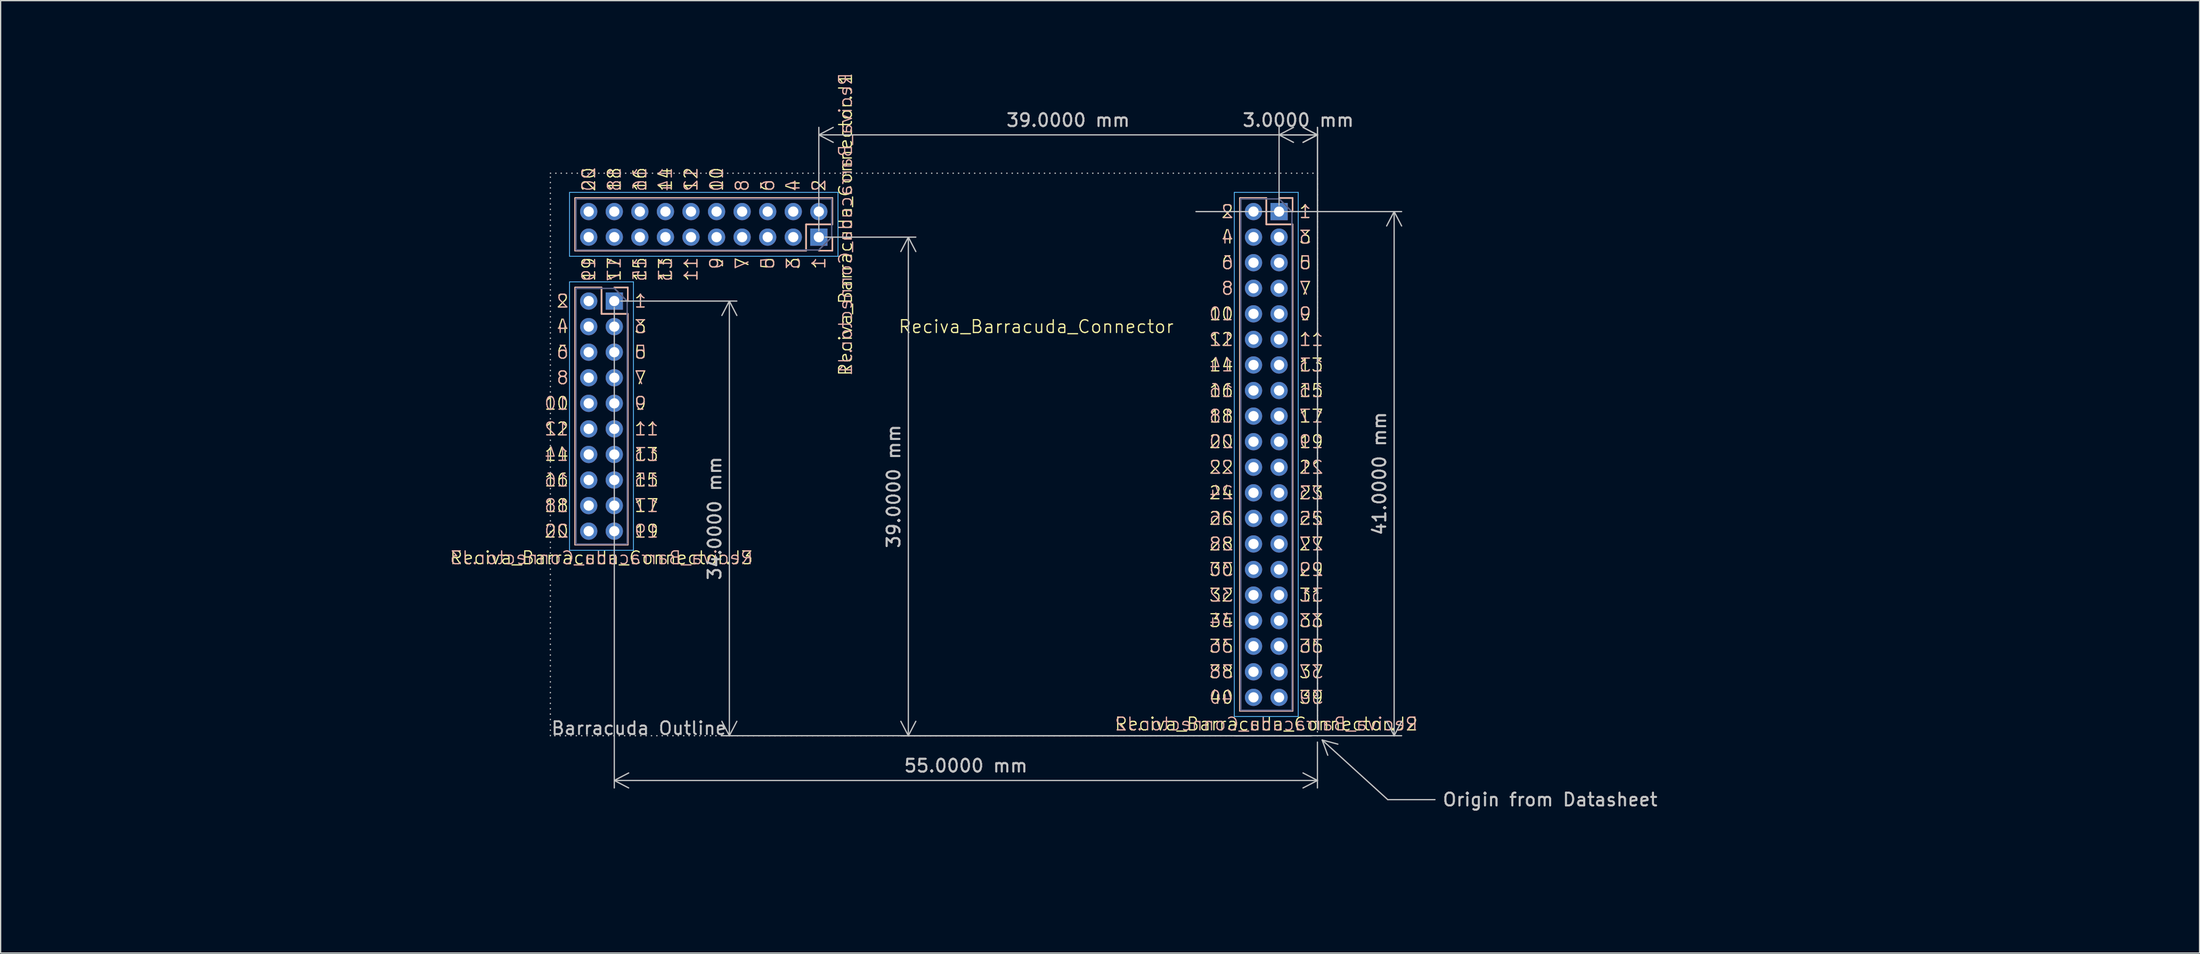
<source format=kicad_pcb>
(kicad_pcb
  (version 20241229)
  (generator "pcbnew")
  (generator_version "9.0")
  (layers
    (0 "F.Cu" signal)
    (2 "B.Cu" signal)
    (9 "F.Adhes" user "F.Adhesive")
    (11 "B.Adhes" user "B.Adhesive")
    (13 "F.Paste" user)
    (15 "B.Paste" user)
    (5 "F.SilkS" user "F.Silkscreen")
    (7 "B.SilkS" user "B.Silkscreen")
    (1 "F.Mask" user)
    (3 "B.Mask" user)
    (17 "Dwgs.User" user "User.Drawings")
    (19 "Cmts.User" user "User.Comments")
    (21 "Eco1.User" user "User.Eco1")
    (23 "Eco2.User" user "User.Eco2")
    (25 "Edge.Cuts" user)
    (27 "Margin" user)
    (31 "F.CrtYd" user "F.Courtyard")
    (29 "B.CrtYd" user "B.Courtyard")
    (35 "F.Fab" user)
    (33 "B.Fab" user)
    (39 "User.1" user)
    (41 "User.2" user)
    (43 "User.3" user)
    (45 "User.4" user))
  (footprint "Reciva_Barracuda_Connector"
    (layer "F.Cu")
    (at 61 15.5)
    (property "Reference" "Reciva_Barracuda_Connector" (at 17 7 0) (unlocked yes) (layer "F.SilkS") (effects (font (size 1 1) (thickness 0.1))))
    (attr through_hole)
    (fp_line (start -19.06 1.06) (end -19.06 -3.06) (stroke (width 0.12) (type solid)) (layer "F.SilkS"))
    (fp_line (start -19.06 3.94) (end -19.06 24.06) (stroke (width 0.12) (type solid)) (layer "F.SilkS"))
    (fp_line (start -17 3.94) (end -19.06 3.94) (stroke (width 0.12) (type solid)) (layer "F.SilkS"))
    (fp_line (start -17 6) (end -17 3.94) (stroke (width 0.12) (type solid)) (layer "F.SilkS"))
    (fp_line (start -14.94 3.94) (end -16 3.94) (stroke (width 0.12) (type solid)) (layer "F.SilkS"))
    (fp_line (start -14.94 5) (end -14.94 3.94) (stroke (width 0.12) (type solid)) (layer "F.SilkS"))
    (fp_line (start -14.94 6) (end -17 6) (stroke (width 0.12) (type solid)) (layer "F.SilkS"))
    (fp_line (start -14.94 6) (end -14.94 24.06) (stroke (width 0.12) (type solid)) (layer "F.SilkS"))
    (fp_line (start -14.94 24.06) (end -19.06 24.06) (stroke (width 0.12) (type solid)) (layer "F.SilkS"))
    (fp_line (start -1 -1) (end 1.06 -1) (stroke (width 0.12) (type solid)) (layer "F.SilkS"))
    (fp_line (start -1 1.06) (end -19.06 1.06) (stroke (width 0.12) (type solid)) (layer "F.SilkS"))
    (fp_line (start -1 1.06) (end -1 -1) (stroke (width 0.12) (type solid)) (layer "F.SilkS"))
    (fp_line (start 0 1.06) (end 1.06 1.06) (stroke (width 0.12) (type solid)) (layer "F.SilkS"))
    (fp_line (start 1.06 -3.06) (end -19.06 -3.06) (stroke (width 0.12) (type solid)) (layer "F.SilkS"))
    (fp_line (start 1.06 -1) (end 1.06 -3.06) (stroke (width 0.12) (type solid)) (layer "F.SilkS"))
    (fp_line (start 1.06 1.06) (end 1.06 0) (stroke (width 0.12) (type solid)) (layer "F.SilkS"))
    (fp_line (start 32.94 -3.06) (end 32.94 37.06) (stroke (width 0.12) (type solid)) (layer "F.SilkS"))
    (fp_line (start 35 -3.06) (end 32.94 -3.06) (stroke (width 0.12) (type solid)) (layer "F.SilkS"))
    (fp_line (start 35 -1) (end 35 -3.06) (stroke (width 0.12) (type solid)) (layer "F.SilkS"))
    (fp_line (start 37.06 -3.06) (end 36 -3.06) (stroke (width 0.12) (type solid)) (layer "F.SilkS"))
    (fp_line (start 37.06 -2) (end 37.06 -3.06) (stroke (width 0.12) (type solid)) (layer "F.SilkS"))
    (fp_line (start 37.06 -1) (end 35 -1) (stroke (width 0.12) (type solid)) (layer "F.SilkS"))
    (fp_line (start 37.06 -1) (end 37.06 37.06) (stroke (width 0.12) (type solid)) (layer "F.SilkS"))
    (fp_line (start 37.06 37.06) (end 32.94 37.06) (stroke (width 0.12) (type solid)) (layer "F.SilkS"))
    (fp_line (start -19.06 -3.06) (end -19.06 1.06) (stroke (width 0.12) (type solid)) (layer "B.SilkS"))
    (fp_line (start -19.06 -3.06) (end 1.06 -3.06) (stroke (width 0.12) (type solid)) (layer "B.SilkS"))
    (fp_line (start -19.06 1.06) (end -1 1.06) (stroke (width 0.12) (type solid)) (layer "B.SilkS"))
    (fp_line (start -19.06 3.94) (end -17 3.94) (stroke (width 0.12) (type solid)) (layer "B.SilkS"))
    (fp_line (start -19.06 24.06) (end -19.06 3.94) (stroke (width 0.12) (type solid)) (layer "B.SilkS"))
    (fp_line (start -19.06 24.06) (end -14.94 24.06) (stroke (width 0.12) (type solid)) (layer "B.SilkS"))
    (fp_line (start -17 3.94) (end -17 6) (stroke (width 0.12) (type solid)) (layer "B.SilkS"))
    (fp_line (start -17 6) (end -14.94 6) (stroke (width 0.12) (type solid)) (layer "B.SilkS"))
    (fp_line (start -16 3.94) (end -14.94 3.94) (stroke (width 0.12) (type solid)) (layer "B.SilkS"))
    (fp_line (start -14.94 3.94) (end -14.94 5) (stroke (width 0.12) (type solid)) (layer "B.SilkS"))
    (fp_line (start -14.94 24.06) (end -14.94 6) (stroke (width 0.12) (type solid)) (layer "B.SilkS"))
    (fp_line (start -1 -1) (end -1 1.06) (stroke (width 0.12) (type solid)) (layer "B.SilkS"))
    (fp_line (start 1.06 -3.06) (end 1.06 -1) (stroke (width 0.12) (type solid)) (layer "B.SilkS"))
    (fp_line (start 1.06 -1) (end -1 -1) (stroke (width 0.12) (type solid)) (layer "B.SilkS"))
    (fp_line (start 1.06 0) (end 1.06 1.06) (stroke (width 0.12) (type solid)) (layer "B.SilkS"))
    (fp_line (start 1.06 1.06) (end 0 1.06) (stroke (width 0.12) (type solid)) (layer "B.SilkS"))
    (fp_line (start 32.94 -3.06) (end 35 -3.06) (stroke (width 0.12) (type solid)) (layer "B.SilkS"))
    (fp_line (start 32.94 37.06) (end 32.94 -3.06) (stroke (width 0.12) (type solid)) (layer "B.SilkS"))
    (fp_line (start 32.94 37.06) (end 37.06 37.06) (stroke (width 0.12) (type solid)) (layer "B.SilkS"))
    (fp_line (start 35 -3.06) (end 35 -1) (stroke (width 0.12) (type solid)) (layer "B.SilkS"))
    (fp_line (start 35 -1) (end 37.06 -1) (stroke (width 0.12) (type solid)) (layer "B.SilkS"))
    (fp_line (start 36 -3.06) (end 37.06 -3.06) (stroke (width 0.12) (type solid)) (layer "B.SilkS"))
    (fp_line (start 37.06 -3.06) (end 37.06 -2) (stroke (width 0.12) (type solid)) (layer "B.SilkS"))
    (fp_line (start 37.06 37.06) (end 37.06 -1) (stroke (width 0.12) (type solid)) (layer "B.SilkS"))
    (fp_rect (start -21 -5) (end 39 39) (stroke (width 0.1) (type dot)) (fill no) (layer "Dwgs.User"))
    (fp_line (start -19.5 -3.5) (end -19.5 1.5) (stroke (width 0.05) (type solid)) (layer "B.CrtYd"))
    (fp_line (start -19.5 1.5) (end 1.5 1.5) (stroke (width 0.05) (type solid)) (layer "B.CrtYd"))
    (fp_line (start -19.5 3.5) (end -19.5 24.5) (stroke (width 0.05) (type solid)) (layer "B.CrtYd"))
    (fp_line (start -19.5 24.5) (end -14.5 24.5) (stroke (width 0.05) (type solid)) (layer "B.CrtYd"))
    (fp_line (start -14.5 3.5) (end -19.5 3.5) (stroke (width 0.05) (type solid)) (layer "B.CrtYd"))
    (fp_line (start -14.5 24.5) (end -14.5 3.5) (stroke (width 0.05) (type solid)) (layer "B.CrtYd"))
    (fp_line (start 1.5 -3.5) (end -19.5 -3.5) (stroke (width 0.05) (type solid)) (layer "B.CrtYd"))
    (fp_line (start 1.5 1.5) (end 1.5 -3.5) (stroke (width 0.05) (type solid)) (layer "B.CrtYd"))
    (fp_line (start 32.5 -3.5) (end 32.5 37.5) (stroke (width 0.05) (type solid)) (layer "B.CrtYd"))
    (fp_line (start 32.5 37.5) (end 37.5 37.5) (stroke (width 0.05) (type solid)) (layer "B.CrtYd"))
    (fp_line (start 37.5 -3.5) (end 32.5 -3.5) (stroke (width 0.05) (type solid)) (layer "B.CrtYd"))
    (fp_line (start 37.5 37.5) (end 37.5 -3.5) (stroke (width 0.05) (type solid)) (layer "B.CrtYd"))
    (fp_line (start -19.5 -3.5) (end 1.5 -3.5) (stroke (width 0.05) (type solid)) (layer "F.CrtYd"))
    (fp_line (start -19.5 1.5) (end -19.5 -3.5) (stroke (width 0.05) (type solid)) (layer "F.CrtYd"))
    (fp_line (start -19.5 3.5) (end -14.5 3.5) (stroke (width 0.05) (type solid)) (layer "F.CrtYd"))
    (fp_line (start -19.5 24.5) (end -19.5 3.5) (stroke (width 0.05) (type solid)) (layer "F.CrtYd"))
    (fp_line (start -14.5 3.5) (end -14.5 24.5) (stroke (width 0.05) (type solid)) (layer "F.CrtYd"))
    (fp_line (start -14.5 24.5) (end -19.5 24.5) (stroke (width 0.05) (type solid)) (layer "F.CrtYd"))
    (fp_line (start 1.5 -3.5) (end 1.5 1.5) (stroke (width 0.05) (type solid)) (layer "F.CrtYd"))
    (fp_line (start 1.5 1.5) (end -19.5 1.5) (stroke (width 0.05) (type solid)) (layer "F.CrtYd"))
    (fp_line (start 32.5 -3.5) (end 37.5 -3.5) (stroke (width 0.05) (type solid)) (layer "F.CrtYd"))
    (fp_line (start 32.5 37.5) (end 32.5 -3.5) (stroke (width 0.05) (type solid)) (layer "F.CrtYd"))
    (fp_line (start 37.5 -3.5) (end 37.5 37.5) (stroke (width 0.05) (type solid)) (layer "F.CrtYd"))
    (fp_line (start 37.5 37.5) (end 32.5 37.5) (stroke (width 0.05) (type solid)) (layer "F.CrtYd"))
    (fp_line (start -19 -3) (end 1 -3) (stroke (width 0.1) (type solid)) (layer "B.Fab"))
    (fp_line (start -19 1) (end -19 -3) (stroke (width 0.1) (type solid)) (layer "B.Fab"))
    (fp_line (start -19 4) (end -16 4) (stroke (width 0.1) (type solid)) (layer "B.Fab"))
    (fp_line (start -19 24) (end -19 4) (stroke (width 0.1) (type solid)) (layer "B.Fab"))
    (fp_line (start -16 4) (end -15 5) (stroke (width 0.1) (type solid)) (layer "B.Fab"))
    (fp_line (start -15 5) (end -15 24) (stroke (width 0.1) (type solid)) (layer "B.Fab"))
    (fp_line (start -15 24) (end -19 24) (stroke (width 0.1) (type solid)) (layer "B.Fab"))
    (fp_line (start 0 1) (end -19 1) (stroke (width 0.1) (type solid)) (layer "B.Fab"))
    (fp_line (start 1 -3) (end 1 0) (stroke (width 0.1) (type solid)) (layer "B.Fab"))
    (fp_line (start 1 0) (end 0 1) (stroke (width 0.1) (type solid)) (layer "B.Fab"))
    (fp_line (start 33 -3) (end 36 -3) (stroke (width 0.1) (type solid)) (layer "B.Fab"))
    (fp_line (start 33 37) (end 33 -3) (stroke (width 0.1) (type solid)) (layer "B.Fab"))
    (fp_line (start 36 -3) (end 37 -2) (stroke (width 0.1) (type solid)) (layer "B.Fab"))
    (fp_line (start 37 -2) (end 37 37) (stroke (width 0.1) (type solid)) (layer "B.Fab"))
    (fp_line (start 37 37) (end 33 37) (stroke (width 0.1) (type solid)) (layer "B.Fab"))
    (fp_line (start -19 -3) (end -19 1) (stroke (width 0.1) (type solid)) (layer "F.Fab"))
    (fp_line (start -19 1) (end 0 1) (stroke (width 0.1) (type solid)) (layer "F.Fab"))
    (fp_line (start -19 4) (end -19 24) (stroke (width 0.1) (type solid)) (layer "F.Fab"))
    (fp_line (start -19 24) (end -15 24) (stroke (width 0.1) (type solid)) (layer "F.Fab"))
    (fp_line (start -16 4) (end -19 4) (stroke (width 0.1) (type solid)) (layer "F.Fab"))
    (fp_line (start -15 5) (end -16 4) (stroke (width 0.1) (type solid)) (layer "F.Fab"))
    (fp_line (start -15 24) (end -15 5) (stroke (width 0.1) (type solid)) (layer "F.Fab"))
    (fp_line (start 0 1) (end 1 0) (stroke (width 0.1) (type solid)) (layer "F.Fab"))
    (fp_line (start 1 -3) (end -19 -3) (stroke (width 0.1) (type solid)) (layer "F.Fab"))
    (fp_line (start 1 0) (end 1 -3) (stroke (width 0.1) (type solid)) (layer "F.Fab"))
    (fp_line (start 33 -3) (end 33 37) (stroke (width 0.1) (type solid)) (layer "F.Fab"))
    (fp_line (start 33 37) (end 37 37) (stroke (width 0.1) (type solid)) (layer "F.Fab"))
    (fp_line (start 36 -3) (end 33 -3) (stroke (width 0.1) (type solid)) (layer "F.Fab"))
    (fp_line (start 37 -2) (end 36 -3) (stroke (width 0.1) (type solid)) (layer "F.Fab"))
    (fp_line (start 37 37) (end 37 -2) (stroke (width 0.1) (type solid)) (layer "F.Fab"))
    (fp_text user "7" (at -14.5 11 0) (unlocked yes) (layer "F.SilkS") (effects (font (size 1 1) (thickness 0.1)) (justify left)))
    (fp_text user "22" (at 32.5 18 0) (unlocked yes) (layer "F.SilkS") (effects (font (size 1 1) (thickness 0.1)) (justify right)))
    (fp_text user "7" (at -6 1.5 90) (unlocked yes) (layer "F.SilkS") (effects (font (size 1 1) (thickness 0.1)) (justify right)))
    (fp_text user "1" (at -14.5 5 0) (unlocked yes) (layer "F.SilkS") (effects (font (size 1 1) (thickness 0.1)) (justify left)))
    (fp_text user "23" (at 37.5 20 0) (unlocked yes) (layer "F.SilkS") (effects (font (size 1 1) (thickness 0.1)) (justify left)))
    (fp_text user "11" (at -10 1.5 90) (unlocked yes) (layer "F.SilkS") (effects (font (size 1 1) (thickness 0.1)) (justify right)))
    (fp_text user "5" (at 37.5 2 0) (unlocked yes) (layer "F.SilkS") (effects (font (size 1 1) (thickness 0.1)) (justify left)))
    (fp_text user "2" (at 32.5 -2 0) (unlocked yes) (layer "F.SilkS") (effects (font (size 1 1) (thickness 0.1)) (justify right)))
    (fp_text user "10" (at -8 -3.5 90) (unlocked yes) (layer "F.SilkS") (effects (font (size 1 1) (thickness 0.1)) (justify left)))
    (fp_text user "2" (at 0 -3.5 90) (unlocked yes) (layer "F.SilkS") (effects (font (size 1 1) (thickness 0.1)) (justify left)))
    (fp_text user "20" (at 32.5 16 0) (unlocked yes) (layer "F.SilkS") (effects (font (size 1 1) (thickness 0.1)) (justify right)))
    (fp_text user "13" (at 37.5 10 0) (unlocked yes) (layer "F.SilkS") (effects (font (size 1 1) (thickness 0.1)) (justify left)))
    (fp_text user "28" (at 32.5 24 0) (unlocked yes) (layer "F.SilkS") (effects (font (size 1 1) (thickness 0.1)) (justify right)))
    (fp_text user "${REFERENCE}.J1" (at 1.5 -1 90) (unlocked yes) (layer "F.SilkS") (effects (font (size 1 1) (thickness 0.1)) (justify top)))
    (fp_text user "5" (at -4 1.5 90) (unlocked yes) (layer "F.SilkS") (effects (font (size 1 1) (thickness 0.1)) (justify right)))
    (fp_text user "37" (at 37.5 34 0) (unlocked yes) (layer "F.SilkS") (effects (font (size 1 1) (thickness 0.1)) (justify left)))
    (fp_text user "9" (at -14.5 13 0) (unlocked yes) (layer "F.SilkS") (effects (font (size 1 1) (thickness 0.1)) (justify left)))
    (fp_text user "17" (at -14.5 21 0) (unlocked yes) (layer "F.SilkS") (effects (font (size 1 1) (thickness 0.1)) (justify left)))
    (fp_text user "31" (at 37.5 28 0) (unlocked yes) (layer "F.SilkS") (effects (font (size 1 1) (thickness 0.1)) (justify left)))
    (fp_text user "29" (at 37.5 26 0) (unlocked yes) (layer "F.SilkS") (effects (font (size 1 1) (thickness 0.1)) (justify left)))
    (fp_text user "16" (at 32.5 12 0) (unlocked yes) (layer "F.SilkS") (effects (font (size 1 1) (thickness 0.1)) (justify right)))
    (fp_text user "20" (at -19.5 23 0) (unlocked yes) (layer "F.SilkS") (effects (font (size 1 1) (thickness 0.1)) (justify right)))
    (fp_text user "1" (at 37.5 -2 0) (unlocked yes) (layer "F.SilkS") (effects (font (size 1 1) (thickness 0.1)) (justify left)))
    (fp_text user "4" (at -2 -3.5 90) (unlocked yes) (layer "F.SilkS") (effects (font (size 1 1) (thickness 0.1)) (justify left)))
    (fp_text user "6" (at -19.5 9 0) (unlocked yes) (layer "F.SilkS") (effects (font (size 1 1) (thickness 0.1)) (justify right)))
    (fp_text user "5" (at -14.5 9 0) (unlocked yes) (layer "F.SilkS") (effects (font (size 1 1) (thickness 0.1)) (justify left)))
    (fp_text user "1" (at 0 1.5 90) (unlocked yes) (layer "F.SilkS") (effects (font (size 1 1) (thickness 0.1)) (justify right)))
    (fp_text user "36" (at 32.5 32 0) (unlocked yes) (layer "F.SilkS") (effects (font (size 1 1) (thickness 0.1)) (justify right)))
    (fp_text user "25" (at 37.5 22 0) (unlocked yes) (layer "F.SilkS") (effects (font (size 1 1) (thickness 0.1)) (justify left)))
    (fp_text user "12" (at -19.5 15 0) (unlocked yes) (layer "F.SilkS") (effects (font (size 1 1) (thickness 0.1)) (justify right)))
    (fp_text user "14" (at 32.5 10 0) (unlocked yes) (layer "F.SilkS") (effects (font (size 1 1) (thickness 0.1)) (justify right)))
    (fp_text user "15" (at -14 1.5 90) (unlocked yes) (layer "F.SilkS") (effects (font (size 1 1) (thickness 0.1)) (justify right)))
    (fp_text user "15" (at -14.5 19 0) (unlocked yes) (layer "F.SilkS") (effects (font (size 1 1) (thickness 0.1)) (justify left)))
    (fp_text user "14" (at -19.5 17 0) (unlocked yes) (layer "F.SilkS") (effects (font (size 1 1) (thickness 0.1)) (justify right)))
    (fp_text user "3" (at -2 1.5 90) (unlocked yes) (layer "F.SilkS") (effects (font (size 1 1) (thickness 0.1)) (justify right)))
    (fp_text user "6" (at -4 -3.5 90) (unlocked yes) (layer "F.SilkS") (effects (font (size 1 1) (thickness 0.1)) (justify left)))
    (fp_text user "18" (at -16 -3.5 90) (unlocked yes) (layer "F.SilkS") (effects (font (size 1 1) (thickness 0.1)) (justify left)))
    (fp_text user "3" (at -14.5 7 0) (unlocked yes) (layer "F.SilkS") (effects (font (size 1 1) (thickness 0.1)) (justify left)))
    (fp_text user "19" (at -14.5 23 0) (unlocked yes) (layer "F.SilkS") (effects (font (size 1 1) (thickness 0.1)) (justify left)))
    (fp_text user "4" (at 32.5 0 0) (unlocked yes) (layer "F.SilkS") (effects (font (size 1 1) (thickness 0.1)) (justify right)))
    (fp_text user "24" (at 32.5 20 0) (unlocked yes) (layer "F.SilkS") (effects (font (size 1 1) (thickness 0.1)) (justify right)))
    (fp_text user "4" (at -19.5 7 0) (unlocked yes) (layer "F.SilkS") (effects (font (size 1 1) (thickness 0.1)) (justify right)))
    (fp_text user "19" (at -18 1.5 90) (unlocked yes) (layer "F.SilkS") (effects (font (size 1 1) (thickness 0.1)) (justify right)))
    (fp_text user "10" (at 32.5 6 0) (unlocked yes) (layer "F.SilkS") (effects (font (size 1 1) (thickness 0.1)) (justify right)))
    (fp_text user "${REFERENCE}.J3" (at -17 24.5 0) (unlocked yes) (layer "F.SilkS") (effects (font (size 1 1) (thickness 0.1)) (justify top)))
    (fp_text user "18" (at 32.5 14 0) (unlocked yes) (layer "F.SilkS") (effects (font (size 1 1) (thickness 0.1)) (justify right)))
    (fp_text user "16" (at -14 -3.5 90) (unlocked yes) (layer "F.SilkS") (effects (font (size 1 1) (thickness 0.1)) (justify left)))
    (fp_text user "8" (at 32.5 4 0) (unlocked yes) (layer "F.SilkS") (effects (font (size 1 1) (thickness 0.1)) (justify right)))
    (fp_text user "11" (at 37.5 8 0) (unlocked yes) (layer "F.SilkS") (effects (font (size 1 1) (thickness 0.1)) (justify left)))
    (fp_text user "33" (at 37.5 30 0) (unlocked yes) (layer "F.SilkS") (effects (font (size 1 1) (thickness 0.1)) (justify left)))
    (fp_text user "30" (at 32.5 26 0) (unlocked yes) (layer "F.SilkS") (effects (font (size 1 1) (thickness 0.1)) (justify right)))
    (fp_text user "6" (at 32.5 2 0) (unlocked yes) (layer "F.SilkS") (effects (font (size 1 1) (thickness 0.1)) (justify right)))
    (fp_text user "35" (at 37.5 32 0) (unlocked yes) (layer "F.SilkS") (effects (font (size 1 1) (thickness 0.1)) (justify left)))
    (fp_text user "21" (at 37.5 18 0) (unlocked yes) (layer "F.SilkS") (effects (font (size 1 1) (thickness 0.1)) (justify left)))
    (fp_text user "16" (at -19.5 19 0) (unlocked yes) (layer "F.SilkS") (effects (font (size 1 1) (thickness 0.1)) (justify right)))
    (fp_text user "38" (at 32.5 34 0) (unlocked yes) (layer "F.SilkS") (effects (font (size 1 1) (thickness 0.1)) (justify right)))
    (fp_text user "13" (at -14.5 17 0) (unlocked yes) (layer "F.SilkS") (effects (font (size 1 1) (thickness 0.1)) (justify left)))
    (fp_text user "34" (at 32.5 30 0) (unlocked yes) (layer "F.SilkS") (effects (font (size 1 1) (thickness 0.1)) (justify right)))
    (fp_text user "14" (at -12 -3.5 90) (unlocked yes) (layer "F.SilkS") (effects (font (size 1 1) (thickness 0.1)) (justify left)))
    (fp_text user "12" (at 32.5 8 0) (unlocked yes) (layer "F.SilkS") (effects (font (size 1 1) (thickness 0.1)) (justify right)))
    (fp_text user "2" (at -19.5 5 0) (unlocked yes) (layer "F.SilkS") (effects (font (size 1 1) (thickness 0.1)) (justify right)))
    (fp_text user "11" (at -14.5 15 0) (unlocked yes) (layer "F.SilkS") (effects (font (size 1 1) (thickness 0.1)) (justify left)))
    (fp_text user "12" (at -10 -3.5 90) (unlocked yes) (layer "F.SilkS") (effects (font (size 1 1) (thickness 0.1)) (justify left)))
    (fp_text user "26" (at 32.5 22 0) (unlocked yes) (layer "F.SilkS") (effects (font (size 1 1) (thickness 0.1)) (justify right)))
    (fp_text user "17" (at 37.5 14 0) (unlocked yes) (layer "F.SilkS") (effects (font (size 1 1) (thickness 0.1)) (justify left)))
    (fp_text user "19" (at 37.5 16 0) (unlocked yes) (layer "F.SilkS") (effects (font (size 1 1) (thickness 0.1)) (justify left)))
    (fp_text user "20" (at -18 -3.5 90) (unlocked yes) (layer "F.SilkS") (effects (font (size 1 1) (thickness 0.1)) (justify left)))
    (fp_text user "3" (at 37.5 0 0) (unlocked yes) (layer "F.SilkS") (effects (font (size 1 1) (thickness 0.1)) (justify left)))
    (fp_text user "40" (at 32.5 36 0) (unlocked yes) (layer "F.SilkS") (effects (font (size 1 1) (thickness 0.1)) (justify right)))
    (fp_text user "7" (at 37.5 4 0) (unlocked yes) (layer "F.SilkS") (effects (font (size 1 1) (thickness 0.1)) (justify left)))
    (fp_text user "18" (at -19.5 21 0) (unlocked yes) (layer "F.SilkS") (effects (font (size 1 1) (thickness 0.1)) (justify right)))
    (fp_text user "9" (at -8 1.5 90) (unlocked yes) (layer "F.SilkS") (effects (font (size 1 1) (thickness 0.1)) (justify right)))
    (fp_text user "9" (at 37.5 6 0) (unlocked yes) (layer "F.SilkS") (effects (font (size 1 1) (thickness 0.1)) (justify left)))
    (fp_text user "15" (at 37.5 12 0) (unlocked yes) (layer "F.SilkS") (effects (font (size 1 1) (thickness 0.1)) (justify left)))
    (fp_text user "27" (at 37.5 24 0) (unlocked yes) (layer "F.SilkS") (effects (font (size 1 1) (thickness 0.1)) (justify left)))
    (fp_text user "10" (at -19.5 13 0) (unlocked yes) (layer "F.SilkS") (effects (font (size 1 1) (thickness 0.1)) (justify right)))
    (fp_text user "8" (at -19.5 11 0) (unlocked yes) (layer "F.SilkS") (effects (font (size 1 1) (thickness 0.1)) (justify right)))
    (fp_text user "${REFERENCE}.J2" (at 35 37.5 0) (unlocked yes) (layer "F.SilkS") (effects (font (size 1 1) (thickness 0.1)) (justify top)))
    (fp_text user "8" (at -6 -3.5 90) (unlocked yes) (layer "F.SilkS") (effects (font (size 1 1) (thickness 0.1)) (justify left)))
    (fp_text user "39" (at 37.5 36 0) (unlocked yes) (layer "F.SilkS") (effects (font (size 1 1) (thickness 0.1)) (justify left)))
    (fp_text user "13" (at -12 1.5 90) (unlocked yes) (layer "F.SilkS") (effects (font (size 1 1) (thickness 0.1)) (justify right)))
    (fp_text user "17" (at -16 1.5 90) (unlocked yes) (layer "F.SilkS") (effects (font (size 1 1) (thickness 0.1)) (justify right)))
    (fp_text user "32" (at 32.5 28 0) (unlocked yes) (layer "F.SilkS") (effects (font (size 1 1) (thickness 0.1)) (justify right)))
    (fp_text user "7" (at -14.5 11 0) (unlocked yes) (layer "B.SilkS") (effects (font (size 1 1) (thickness 0.1)) (justify right mirror)))
    (fp_text user "20" (at -19.5 23 0) (unlocked yes) (layer "B.SilkS") (effects (font (size 1 1) (thickness 0.1)) (justify left mirror)))
    (fp_text user "21" (at 37.5 18 0) (unlocked yes) (layer "B.SilkS") (effects (font (size 1 1) (thickness 0.1)) (justify right mirror)))
    (fp_text user "9" (at -14.5 13 0) (unlocked yes) (layer "B.SilkS") (effects (font (size 1 1) (thickness 0.1)) (justify right mirror)))
    (fp_text user "14" (at -12 -3.5 90) (unlocked yes) (layer "B.SilkS") (effects (font (size 1 1) (thickness 0.1)) (justify right mirror)))
    (fp_text user "25" (at 37.5 22 0) (unlocked yes) (layer "B.SilkS") (effects (font (size 1 1) (thickness 0.1)) (justify right mirror)))
    (fp_text user "19" (at -14.5 23 0) (unlocked yes) (layer "B.SilkS") (effects (font (size 1 1) (thickness 0.1)) (justify right mirror)))
    (fp_text user "30" (at 32.5 26 0) (unlocked yes) (layer "B.SilkS") (effects (font (size 1 1) (thickness 0.1)) (justify left mirror)))
    (fp_text user "3" (at -14.5 7 0) (unlocked yes) (layer "B.SilkS") (effects (font (size 1 1) (thickness 0.1)) (justify right mirror)))
    (fp_text user "27" (at 37.5 24 0) (unlocked yes) (layer "B.SilkS") (effects (font (size 1 1) (thickness 0.1)) (justify right mirror)))
    (fp_text user "3" (at 37.5 0 0) (unlocked yes) (layer "B.SilkS") (effects (font (size 1 1) (thickness 0.1)) (justify right mirror)))
    (fp_text user "11" (at -14.5 15 0) (unlocked yes) (layer "B.SilkS") (effects (font (size 1 1) (thickness 0.1)) (justify right mirror)))
    (fp_text user "18" (at -19.5 21 0) (unlocked yes) (layer "B.SilkS") (effects (font (size 1 1) (thickness 0.1)) (justify left mirror)))
    (fp_text user "17" (at -14.5 21 0) (unlocked yes) (layer "B.SilkS") (effects (font (size 1 1) (thickness 0.1)) (justify right mirror)))
    (fp_text user "12" (at 32.5 8 0) (unlocked yes) (layer "B.SilkS") (effects (font (size 1 1) (thickness 0.1)) (justify left mirror)))
    (fp_text user "${REFERENCE}.J1" (at 1.5 -1 90) (unlocked yes) (layer "B.SilkS") (effects (font (size 1 1) (thickness 0.1)) (justify top mirror)))
    (fp_text user "10" (at -19.5 13 0) (unlocked yes) (layer "B.SilkS") (effects (font (size 1 1) (thickness 0.1)) (justify left mirror)))
    (fp_text user "28" (at 32.5 24 0) (unlocked yes) (layer "B.SilkS") (effects (font (size 1 1) (thickness 0.1)) (justify left mirror)))
    (fp_text user "8" (at -6 -3.5 90) (unlocked yes) (layer "B.SilkS") (effects (font (size 1 1) (thickness 0.1)) (justify right mirror)))
    (fp_text user "33" (at 37.5 30 0) (unlocked yes) (layer "B.SilkS") (effects (font (size 1 1) (thickness 0.1)) (justify right mirror)))
    (fp_text user "9" (at 37.5 6 0) (unlocked yes) (layer "B.SilkS") (effects (font (size 1 1) (thickness 0.1)) (justify right mirror)))
    (fp_text user "7" (at -6 1.5 90) (unlocked yes) (layer "B.SilkS") (effects (font (size 1 1) (thickness 0.1)) (justify left mirror)))
    (fp_text user "13" (at -12 1.5 90) (unlocked yes) (layer "B.SilkS") (effects (font (size 1 1) (thickness 0.1)) (justify left mirror)))
    (fp_text user "8" (at -19.5 11 0) (unlocked yes) (layer "B.SilkS") (effects (font (size 1 1) (thickness 0.1)) (justify left mirror)))
    (fp_text user "1" (at -14.5 5 0) (unlocked yes) (layer "B.SilkS") (effects (font (size 1 1) (thickness 0.1)) (justify right mirror)))
    (fp_text user "34" (at 32.5 30 0) (unlocked yes) (layer "B.SilkS") (effects (font (size 1 1) (thickness 0.1)) (justify left mirror)))
    (fp_text user "16" (at -14 -3.5 90) (unlocked yes) (layer "B.SilkS") (effects (font (size 1 1) (thickness 0.1)) (justify right mirror)))
    (fp_text user "12" (at -10 -3.5 90) (unlocked yes) (layer "B.SilkS") (effects (font (size 1 1) (thickness 0.1)) (justify right mirror)))
    (fp_text user "7" (at 37.5 4 0) (unlocked yes) (layer "B.SilkS") (effects (font (size 1 1) (thickness 0.1)) (justify right mirror)))
    (fp_text user "10" (at 32.5 6 0) (unlocked yes) (layer "B.SilkS") (effects (font (size 1 1) (thickness 0.1)) (justify left mirror)))
    (fp_text user "18" (at -16 -3.5 90) (unlocked yes) (layer "B.SilkS") (effects (font (size 1 1) (thickness 0.1)) (justify right mirror)))
    (fp_text user "6" (at 32.5 2 0) (unlocked yes) (layer "B.SilkS") (effects (font (size 1 1) (thickness 0.1)) (justify left mirror)))
    (fp_text user "20" (at -18 -3.5 90) (unlocked yes) (layer "B.SilkS") (effects (font (size 1 1) (thickness 0.1)) (justify right mirror)))
    (fp_text user "20" (at 32.5 16 0) (unlocked yes) (layer "B.SilkS") (effects (font (size 1 1) (thickness 0.1)) (justify left mirror)))
    (fp_text user "8" (at 32.5 4 0) (unlocked yes) (layer "B.SilkS") (effects (font (size 1 1) (thickness 0.1)) (justify left mirror)))
    (fp_text user "12" (at -19.5 15 0) (unlocked yes) (layer "B.SilkS") (effects (font (size 1 1) (thickness 0.1)) (justify left mirror)))
    (fp_text user "3" (at -2 1.5 90) (unlocked yes) (layer "B.SilkS") (effects (font (size 1 1) (thickness 0.1)) (justify left mirror)))
    (fp_text user "11" (at -10 1.5 90) (unlocked yes) (layer "B.SilkS") (effects (font (size 1 1) (thickness 0.1)) (justify left mirror)))
    (fp_text user "31" (at 37.5 28 0) (unlocked yes) (layer "B.SilkS") (effects (font (size 1 1) (thickness 0.1)) (justify right mirror)))
    (fp_text user "32" (at 32.5 28 0) (unlocked yes) (layer "B.SilkS") (effects (font (size 1 1) (thickness 0.1)) (justify left mirror)))
    (fp_text user "15" (at -14 1.5 90) (unlocked yes) (layer "B.SilkS") (effects (font (size 1 1) (thickness 0.1)) (justify left mirror)))
    (fp_text user "35" (at 37.5 32 0) (unlocked yes) (layer "B.SilkS") (effects (font (size 1 1) (thickness 0.1)) (justify right mirror)))
    (fp_text user "6" (at -19.5 9 0) (unlocked yes) (layer "B.SilkS") (effects (font (size 1 1) (thickness 0.1)) (justify left mirror)))
    (fp_text user "2" (at -19.5 5 0) (unlocked yes) (layer "B.SilkS") (effects (font (size 1 1) (thickness 0.1)) (justify left mirror)))
    (fp_text user "14" (at 32.5 10 0) (unlocked yes) (layer "B.SilkS") (effects (font (size 1 1) (thickness 0.1)) (justify left mirror)))
    (fp_text user "17" (at -16 1.5 90) (unlocked yes) (layer "B.SilkS") (effects (font (size 1 1) (thickness 0.1)) (justify left mirror)))
    (fp_text user "4" (at 32.5 0 0) (unlocked yes) (layer "B.SilkS") (effects (font (size 1 1) (thickness 0.1)) (justify left mirror)))
    (fp_text user "4" (at -2 -3.5 90) (unlocked yes) (layer "B.SilkS") (effects (font (size 1 1) (thickness 0.1)) (justify right mirror)))
    (fp_text user "9" (at -8 1.5 90) (unlocked yes) (layer "B.SilkS") (effects (font (size 1 1) (thickness 0.1)) (justify left mirror)))
    (fp_text user "17" (at 37.5 14 0) (unlocked yes) (layer "B.SilkS") (effects (font (size 1 1) (thickness 0.1)) (justify right mirror)))
    (fp_text user "24" (at 32.5 20 0) (unlocked yes) (layer "B.SilkS") (effects (font (size 1 1) (thickness 0.1)) (justify left mirror)))
    (fp_text user "11" (at 37.5 8 0) (unlocked yes) (layer "B.SilkS") (effects (font (size 1 1) (thickness 0.1)) (justify right mirror)))
    (fp_text user "14" (at -19.5 17 0) (unlocked yes) (layer "B.SilkS") (effects (font (size 1 1) (thickness 0.1)) (justify left mirror)))
    (fp_text user "6" (at -4 -3.5 90) (unlocked yes) (layer "B.SilkS") (effects (font (size 1 1) (thickness 0.1)) (justify right mirror)))
    (fp_text user "${REFERENCE}.J3" (at -17 24.5 0) (unlocked yes) (layer "B.SilkS") (effects (font (size 1 1) (thickness 0.1)) (justify top mirror)))
    (fp_text user "22" (at 32.5 18 0) (unlocked yes) (layer "B.SilkS") (effects (font (size 1 1) (thickness 0.1)) (justify left mirror)))
    (fp_text user "16" (at 32.5 12 0) (unlocked yes) (layer "B.SilkS") (effects (font (size 1 1) (thickness 0.1)) (justify left mirror)))
    (fp_text user "15" (at -14.5 19 0) (unlocked yes) (layer "B.SilkS") (effects (font (size 1 1) (thickness 0.1)) (justify right mirror)))
    (fp_text user "19" (at 37.5 16 0) (unlocked yes) (layer "B.SilkS") (effects (font (size 1 1) (thickness 0.1)) (justify right mirror)))
    (fp_text user "29" (at 37.5 26 0) (unlocked yes) (layer "B.SilkS") (effects (font (size 1 1) (thickness 0.1)) (justify right mirror)))
    (fp_text user "38" (at 32.5 34 0) (unlocked yes) (layer "B.SilkS") (effects (font (size 1 1) (thickness 0.1)) (justify left mirror)))
    (fp_text user "1" (at 0 1.5 90) (unlocked yes) (layer "B.SilkS") (effects (font (size 1 1) (thickness 0.1)) (justify left mirror)))
    (fp_text user "16" (at -19.5 19 0) (unlocked yes) (layer "B.SilkS") (effects (font (size 1 1) (thickness 0.1)) (justify left mirror)))
    (fp_text user "13" (at -14.5 17 0) (unlocked yes) (layer "B.SilkS") (effects (font (size 1 1) (thickness 0.1)) (justify right mirror)))
    (fp_text user "26" (at 32.5 22 0) (unlocked yes) (layer "B.SilkS") (effects (font (size 1 1) (thickness 0.1)) (justify left mirror)))
    (fp_text user "10" (at -8 -3.5 90) (unlocked yes) (layer "B.SilkS") (effects (font (size 1 1) (thickness 0.1)) (justify right mirror)))
    (fp_text user "15" (at 37.5 12 0) (unlocked yes) (layer "B.SilkS") (effects (font (size 1 1) (thickness 0.1)) (justify right mirror)))
    (fp_text user "39" (at 37.5 36 0) (unlocked yes) (layer "B.SilkS") (effects (font (size 1 1) (thickness 0.1)) (justify right mirror)))
    (fp_text user "2" (at 0 -3.5 90) (unlocked yes) (layer "B.SilkS") (effects (font (size 1 1) (thickness 0.1)) (justify right mirror)))
    (fp_text user "18" (at 32.5 14 0) (unlocked yes) (layer "B.SilkS") (effects (font (size 1 1) (thickness 0.1)) (justify left mirror)))
    (fp_text user "13" (at 37.5 10 0) (unlocked yes) (layer "B.SilkS") (effects (font (size 1 1) (thickness 0.1)) (justify right mirror)))
    (fp_text user "2" (at 32.5 -2 0) (unlocked yes) (layer "B.SilkS") (effects (font (size 1 1) (thickness 0.1)) (justify left mirror)))
    (fp_text user "${REFERENCE}.J2" (at 35 37.5 0) (unlocked yes) (layer "B.SilkS") (effects (font (size 1 1) (thickness 0.1)) (justify top mirror)))
    (fp_text user "36" (at 32.5 32 0) (unlocked yes) (layer "B.SilkS") (effects (font (size 1 1) (thickness 0.1)) (justify left mirror)))
    (fp_text user "40" (at 32.5 36 0) (unlocked yes) (layer "B.SilkS") (effects (font (size 1 1) (thickness 0.1)) (justify left mirror)))
    (fp_text user "5" (at -14.5 9 0) (unlocked yes) (layer "B.SilkS") (effects (font (size 1 1) (thickness 0.1)) (justify right mirror)))
    (fp_text user "19" (at -18 1.5 90) (unlocked yes) (layer "B.SilkS") (effects (font (size 1 1) (thickness 0.1)) (justify left mirror)))
    (fp_text user "5" (at 37.5 2 0) (unlocked yes) (layer "B.SilkS") (effects (font (size 1 1) (thickness 0.1)) (justify right mirror)))
    (fp_text user "4" (at -19.5 7 0) (unlocked yes) (layer "B.SilkS") (effects (font (size 1 1) (thickness 0.1)) (justify left mirror)))
    (fp_text user "37" (at 37.5 34 0) (unlocked yes) (layer "B.SilkS") (effects (font (size 1 1) (thickness 0.1)) (justify right mirror)))
    (fp_text user "5" (at -4 1.5 90) (unlocked yes) (layer "B.SilkS") (effects (font (size 1 1) (thickness 0.1)) (justify left mirror)))
    (fp_text user "23" (at 37.5 20 0) (unlocked yes) (layer "B.SilkS") (effects (font (size 1 1) (thickness 0.1)) (justify right mirror)))
    (fp_text user "1" (at 37.5 -2 0) (unlocked yes) (layer "B.SilkS") (effects (font (size 1 1) (thickness 0.1)) (justify right mirror)))
    (fp_text user "Barracuda Outline" (at -21 39 0) (unlocked yes) (layer "Dwgs.User") (effects (font (size 1 1) (thickness 0.15)) (justify left bottom)))
    (dimension (type leader) (layer "Dwgs.User") (pts (xy 100 54.5) (xy 105.5 59.5)) (format (prefix "") (suffix "") (units 0) (units_format 0) (precision 4) (override_value "Origin from Datasheet")) (style (thickness 0.1) (arrow_length 1.27) (text_position_mode 0) (text_frame 0) (extension_offset 0.5)) (gr_text "Origin from Datasheet" (at 118.2 59.5 0) (layer "Dwgs.User") (effects (font (size 1 1) (thickness 0.15)))))
    (dimension (type orthogonal) (layer "Dwgs.User") (pts (xy 61 15.5) (xy 100 54.5)) (height 7) (orientation 1) (format (prefix "") (suffix "") (units 3) (units_format 1) (precision 4)) (style (thickness 0.1) (arrow_length 1.27) (text_position_mode 0) (arrow_direction outward) (extension_height 0.586) (extension_offset 0.5) (keep_text_aligned yes)) (gr_text "39.0000 mm" (at 66.85 35 90) (layer "Dwgs.User") (effects (font (size 1 1) (thickness 0.15)))))
    (dimension (type orthogonal) (layer "Dwgs.User") (pts (xy 97 13.5) (xy 100 54.5)) (height -6) (orientation 0) (format (prefix "") (suffix "") (units 3) (units_format 1) (precision 4)) (style (thickness 0.1) (arrow_length 1.27) (text_position_mode 0) (arrow_direction outward) (extension_height 0.586) (extension_offset 0.5) (keep_text_aligned yes)) (gr_text "3.0000 mm" (at 98.5 6.35 0) (layer "Dwgs.User") (effects (font (size 1 1) (thickness 0.15)))))
    (dimension (type orthogonal) (layer "Dwgs.User") (pts (xy 45 20.5) (xy 100 54.5)) (height 9) (orientation 1) (format (prefix "") (suffix "") (units 3) (units_format 1) (precision 4)) (style (thickness 0.1) (arrow_length 1.27) (text_position_mode 0) (arrow_direction outward) (extension_height 0.586) (extension_offset 0.5) (keep_text_aligned yes)) (gr_text "34.0000 mm" (at 52.85 37.5 90) (layer "Dwgs.User") (effects (font (size 1 1) (thickness 0.15)))))
    (dimension (type orthogonal) (layer "Dwgs.User") (pts (xy 90 13.5) (xy 93 54.5)) (height 16) (orientation 1) (format (prefix "") (suffix "") (units 3) (units_format 1) (precision 4)) (style (thickness 0.1) (arrow_length 1.27) (text_position_mode 0) (arrow_direction outward) (extension_height 0.586) (extension_offset 0.5) (keep_text_aligned yes)) (gr_text "41.0000 mm" (at 104.85 34 90) (layer "Dwgs.User") (effects (font (size 1 1) (thickness 0.15)))))
    (dimension (type orthogonal) (layer "Dwgs.User") (pts (xy 61 15.5) (xy 100 54.5)) (height -8) (orientation 0) (format (prefix "") (suffix "") (units 3) (units_format 1) (precision 4)) (style (thickness 0.1) (arrow_length 1.27) (text_position_mode 0) (arrow_direction outward) (extension_height 0.586) (extension_offset 0.5) (keep_text_aligned yes)) (gr_text "39.0000 mm" (at 80.5 6.35 0) (layer "Dwgs.User") (effects (font (size 1 1) (thickness 0.15)))))
    (dimension (type orthogonal) (layer "Dwgs.User") (pts (xy 45 20.5) (xy 100 54.5)) (height 37.5) (orientation 0) (format (prefix "") (suffix "") (units 3) (units_format 1) (precision 4)) (style (thickness 0.1) (arrow_length 1.27) (text_position_mode 0) (arrow_direction outward) (extension_height 0.586) (extension_offset 0.5) (keep_text_aligned yes)) (gr_text "55.0000 mm" (at 72.5 56.85 0) (layer "Dwgs.User") (effects (font (size 1 1) (thickness 0.15)))))
    (pad "1" thru_hole rect (at 36 -2) (size 1.35 1.35) (drill 0.8) (layers "*.Cu" "*.Mask"))
    (pad "2" thru_hole oval (at 34 -2) (size 1.35 1.35) (drill 0.8) (layers "*.Cu" "*.Mask"))
    (pad "3" thru_hole oval (at 36 0) (size 1.35 1.35) (drill 0.8) (layers "*.Cu" "*.Mask"))
    (pad "4" thru_hole oval (at 34 0) (size 1.35 1.35) (drill 0.8) (layers "*.Cu" "*.Mask"))
    (pad "5" thru_hole oval (at 36 2) (size 1.35 1.35) (drill 0.8) (layers "*.Cu" "*.Mask"))
    (pad "6" thru_hole oval (at 34 2) (size 1.35 1.35) (drill 0.8) (layers "*.Cu" "*.Mask"))
    (pad "7" thru_hole oval (at 36 4) (size 1.35 1.35) (drill 0.8) (layers "*.Cu" "*.Mask"))
    (pad "8" thru_hole oval (at 34 4) (size 1.35 1.35) (drill 0.8) (layers "*.Cu" "*.Mask"))
    (pad "9" thru_hole oval (at 36 6) (size 1.35 1.35) (drill 0.8) (layers "*.Cu" "*.Mask"))
    (pad "10" thru_hole oval (at 34 6) (size 1.35 1.35) (drill 0.8) (layers "*.Cu" "*.Mask"))
    (pad "11" thru_hole oval (at 36 8) (size 1.35 1.35) (drill 0.8) (layers "*.Cu" "*.Mask"))
    (pad "12" thru_hole oval (at 34 8) (size 1.35 1.35) (drill 0.8) (layers "*.Cu" "*.Mask"))
    (pad "13" thru_hole oval (at 36 10) (size 1.35 1.35) (drill 0.8) (layers "*.Cu" "*.Mask"))
    (pad "14" thru_hole oval (at 34 10) (size 1.35 1.35) (drill 0.8) (layers "*.Cu" "*.Mask"))
    (pad "15" thru_hole oval (at 36 12) (size 1.35 1.35) (drill 0.8) (layers "*.Cu" "*.Mask"))
    (pad "16" thru_hole oval (at 34 12) (size 1.35 1.35) (drill 0.8) (layers "*.Cu" "*.Mask"))
    (pad "17" thru_hole oval (at 36 14) (size 1.35 1.35) (drill 0.8) (layers "*.Cu" "*.Mask"))
    (pad "18" thru_hole oval (at 34 14) (size 1.35 1.35) (drill 0.8) (layers "*.Cu" "*.Mask"))
    (pad "19" thru_hole oval (at 36 16) (size 1.35 1.35) (drill 0.8) (layers "*.Cu" "*.Mask"))
    (pad "20" thru_hole oval (at 34 16) (size 1.35 1.35) (drill 0.8) (layers "*.Cu" "*.Mask"))
    (pad "21" thru_hole oval (at 36 18) (size 1.35 1.35) (drill 0.8) (layers "*.Cu" "*.Mask"))
    (pad "22" thru_hole oval (at 34 18) (size 1.35 1.35) (drill 0.8) (layers "*.Cu" "*.Mask"))
    (pad "23" thru_hole oval (at 36 20) (size 1.35 1.35) (drill 0.8) (layers "*.Cu" "*.Mask"))
    (pad "24" thru_hole oval (at 34 20) (size 1.35 1.35) (drill 0.8) (layers "*.Cu" "*.Mask"))
    (pad "25" thru_hole oval (at 36 22) (size 1.35 1.35) (drill 0.8) (layers "*.Cu" "*.Mask"))
    (pad "26" thru_hole oval (at 34 22) (size 1.35 1.35) (drill 0.8) (layers "*.Cu" "*.Mask"))
    (pad "27" thru_hole oval (at 36 24) (size 1.35 1.35) (drill 0.8) (layers "*.Cu" "*.Mask"))
    (pad "28" thru_hole oval (at 34 24) (size 1.35 1.35) (drill 0.8) (layers "*.Cu" "*.Mask"))
    (pad "29" thru_hole oval (at 36 26) (size 1.35 1.35) (drill 0.8) (layers "*.Cu" "*.Mask"))
    (pad "30" thru_hole oval (at 34 26) (size 1.35 1.35) (drill 0.8) (layers "*.Cu" "*.Mask"))
    (pad "31" thru_hole oval (at 36 28) (size 1.35 1.35) (drill 0.8) (layers "*.Cu" "*.Mask"))
    (pad "32" thru_hole oval (at 34 28) (size 1.35 1.35) (drill 0.8) (layers "*.Cu" "*.Mask"))
    (pad "33" thru_hole oval (at 36 30) (size 1.35 1.35) (drill 0.8) (layers "*.Cu" "*.Mask"))
    (pad "34" thru_hole oval (at 34 30) (size 1.35 1.35) (drill 0.8) (layers "*.Cu" "*.Mask"))
    (pad "35" thru_hole oval (at 36 32) (size 1.35 1.35) (drill 0.8) (layers "*.Cu" "*.Mask"))
    (pad "36" thru_hole oval (at 34 32) (size 1.35 1.35) (drill 0.8) (layers "*.Cu" "*.Mask"))
    (pad "37" thru_hole oval (at 36 34) (size 1.35 1.35) (drill 0.8) (layers "*.Cu" "*.Mask"))
    (pad "38" thru_hole oval (at 34 34) (size 1.35 1.35) (drill 0.8) (layers "*.Cu" "*.Mask"))
    (pad "39" thru_hole oval (at 36 36) (size 1.35 1.35) (drill 0.8) (layers "*.Cu" "*.Mask"))
    (pad "40" thru_hole oval (at 34 36) (size 1.35 1.35) (drill 0.8) (layers "*.Cu" "*.Mask"))
    (pad "J1/1" thru_hole rect (at 0 0 270) (size 1.35 1.35) (drill 0.8) (layers "*.Cu" "*.Mask"))
    (pad "J1/2" thru_hole oval (at 0 -2 270) (size 1.35 1.35) (drill 0.8) (layers "*.Cu" "*.Mask"))
    (pad "J1/3" thru_hole oval (at -2 0 270) (size 1.35 1.35) (drill 0.8) (layers "*.Cu" "*.Mask"))
    (pad "J1/4" thru_hole oval (at -2 -2 270) (size 1.35 1.35) (drill 0.8) (layers "*.Cu" "*.Mask"))
    (pad "J1/5" thru_hole oval (at -4 0 270) (size 1.35 1.35) (drill 0.8) (layers "*.Cu" "*.Mask"))
    (pad "J1/6" thru_hole oval (at -4 -2 270) (size 1.35 1.35) (drill 0.8) (layers "*.Cu" "*.Mask"))
    (pad "J1/7" thru_hole oval (at -6 0 270) (size 1.35 1.35) (drill 0.8) (layers "*.Cu" "*.Mask"))
    (pad "J1/8" thru_hole oval (at -6 -2 270) (size 1.35 1.35) (drill 0.8) (layers "*.Cu" "*.Mask"))
    (pad "J1/9" thru_hole oval (at -8 0 270) (size 1.35 1.35) (drill 0.8) (layers "*.Cu" "*.Mask"))
    (pad "J1/10" thru_hole oval (at -8 -2 270) (size 1.35 1.35) (drill 0.8) (layers "*.Cu" "*.Mask"))
    (pad "J1/11" thru_hole oval (at -10 0 270) (size 1.35 1.35) (drill 0.8) (layers "*.Cu" "*.Mask"))
    (pad "J1/12" thru_hole oval (at -10 -2 270) (size 1.35 1.35) (drill 0.8) (layers "*.Cu" "*.Mask"))
    (pad "J1/13" thru_hole oval (at -12 0 270) (size 1.35 1.35) (drill 0.8) (layers "*.Cu" "*.Mask"))
    (pad "J1/14" thru_hole oval (at -12 -2 270) (size 1.35 1.35) (drill 0.8) (layers "*.Cu" "*.Mask"))
    (pad "J1/15" thru_hole oval (at -14 0 270) (size 1.35 1.35) (drill 0.8) (layers "*.Cu" "*.Mask"))
    (pad "J1/16" thru_hole oval (at -14 -2 270) (size 1.35 1.35) (drill 0.8) (layers "*.Cu" "*.Mask"))
    (pad "J1/17" thru_hole oval (at -16 0 270) (size 1.35 1.35) (drill 0.8) (layers "*.Cu" "*.Mask"))
    (pad "J1/18" thru_hole oval (at -16 -2 270) (size 1.35 1.35) (drill 0.8) (layers "*.Cu" "*.Mask"))
    (pad "J1/19" thru_hole oval (at -18 0 270) (size 1.35 1.35) (drill 0.8) (layers "*.Cu" "*.Mask"))
    (pad "J1/20" thru_hole oval (at -18 -2 270) (size 1.35 1.35) (drill 0.8) (layers "*.Cu" "*.Mask"))
    (pad "J3/1" thru_hole rect (at -16 5) (size 1.35 1.35) (drill 0.8) (layers "*.Cu" "*.Mask"))
    (pad "J3/2" thru_hole oval (at -18 5) (size 1.35 1.35) (drill 0.8) (layers "*.Cu" "*.Mask"))
    (pad "J3/3" thru_hole oval (at -16 7) (size 1.35 1.35) (drill 0.8) (layers "*.Cu" "*.Mask"))
    (pad "J3/4" thru_hole oval (at -18 7) (size 1.35 1.35) (drill 0.8) (layers "*.Cu" "*.Mask"))
    (pad "J3/5" thru_hole oval (at -16 9) (size 1.35 1.35) (drill 0.8) (layers "*.Cu" "*.Mask"))
    (pad "J3/6" thru_hole oval (at -18 9) (size 1.35 1.35) (drill 0.8) (layers "*.Cu" "*.Mask"))
    (pad "J3/7" thru_hole oval (at -16 11) (size 1.35 1.35) (drill 0.8) (layers "*.Cu" "*.Mask"))
    (pad "J3/8" thru_hole oval (at -18 11) (size 1.35 1.35) (drill 0.8) (layers "*.Cu" "*.Mask"))
    (pad "J3/9" thru_hole oval (at -16 13) (size 1.35 1.35) (drill 0.8) (layers "*.Cu" "*.Mask"))
    (pad "J3/10" thru_hole oval (at -18 13) (size 1.35 1.35) (drill 0.8) (layers "*.Cu" "*.Mask"))
    (pad "J3/11" thru_hole oval (at -16 15) (size 1.35 1.35) (drill 0.8) (layers "*.Cu" "*.Mask"))
    (pad "J3/12" thru_hole oval (at -18 15) (size 1.35 1.35) (drill 0.8) (layers "*.Cu" "*.Mask"))
    (pad "J3/13" thru_hole oval (at -16 17) (size 1.35 1.35) (drill 0.8) (layers "*.Cu" "*.Mask"))
    (pad "J3/14" thru_hole oval (at -18 17) (size 1.35 1.35) (drill 0.8) (layers "*.Cu" "*.Mask"))
    (pad "J3/15" thru_hole oval (at -16 19) (size 1.35 1.35) (drill 0.8) (layers "*.Cu" "*.Mask"))
    (pad "J3/16" thru_hole oval (at -18 19) (size 1.35 1.35) (drill 0.8) (layers "*.Cu" "*.Mask"))
    (pad "J3/17" thru_hole oval (at -16 21) (size 1.35 1.35) (drill 0.8) (layers "*.Cu" "*.Mask"))
    (pad "J3/18" thru_hole oval (at -18 21) (size 1.35 1.35) (drill 0.8) (layers "*.Cu" "*.Mask"))
    (pad "J3/19" thru_hole oval (at -16 23) (size 1.35 1.35) (drill 0.8) (layers "*.Cu" "*.Mask"))
    (pad "J3/20" thru_hole oval (at -18 23) (size 1.35 1.35) (drill 0.8) (layers "*.Cu" "*.Mask"))
    (zone (net_name "") (layer "Dwgs.User") (name "MXA-10C Main Board 1") (hatch edge 0.5) (connect_pads) (min_thickness 0.25) (filled_areas_thickness no) (keepout (tracks not_allowed) (vias not_allowed) (pads not_allowed) (copperpour not_allowed) (footprints not_allowed)) (placement (enabled no)) (fill) (polygon (pts (xy 0 27.5) (xy 30 27.5) (xy 30 42.5) (xy 0 42.5))))
    (zone (net_name "") (layer "Dwgs.User") (name "MXA-10C Main Board 1") (hatch edge 0.5) (connect_pads) (min_thickness 0.25) (filled_areas_thickness no) (keepout (tracks not_allowed) (vias not_allowed) (pads not_allowed) (copperpour not_allowed) (footprints not_allowed)) (placement (enabled no)) (fill) (polygon (pts (xy 34 4.5) (xy 38 4.5) (xy 38 27.5) (xy 34 27.5))))
    (zone (net_name "") (layer "Dwgs.User") (name "MXA-10C Main Board 1") (hatch edge 0.5) (connect_pads) (min_thickness 0.25) (filled_areas_thickness no) (keepout (tracks not_allowed) (vias not_allowed) (pads not_allowed) (copperpour not_allowed) (footprints not_allowed)) (placement (enabled no)) (fill) (polygon (pts (xy 50 56.5) (xy 85 56.5) (xy 85 68.5) (xy 50 68.5))))
    (zone (net_name "") (layer "Dwgs.User") (name "MXA-10C Main Board 1") (hatch edge 0.5) (connect_pads) (min_thickness 0.25) (filled_areas_thickness no) (keepout (tracks not_allowed) (vias not_allowed) (pads not_allowed) (copperpour not_allowed) (footprints not_allowed)) (placement (enabled no)) (fill) (polygon (pts (xy 88 0) (xy 100 0) (xy 100 10.5) (xy 88 10.5))))
    (zone (net_name "") (layer "Dwgs.User") (name "MXA-10C Main Board 1") (hatch edge 0.5) (connect_pads) (min_thickness 0.25) (filled_areas_thickness no) (keepout (tracks not_allowed) (vias not_allowed) (pads not_allowed) (copperpour not_allowed) (footprints not_allowed)) (placement (enabled no)) (fill) (polygon (pts (xy 116 23.5) (xy 166 23.5) (xy 166 43.5) (xy 116 43.5))))
    (zone (net_name "") (layer "Dwgs.User") (name "MXA-10C Main Board 1") (hatch edge 0.5) (connect_pads) (min_thickness 0.25) (filled_areas_thickness no) (keepout (tracks not_allowed) (vias not_allowed) (pads not_allowed) (copperpour not_allowed) (footprints not_allowed)) (placement (enabled no)) (fill) (polygon (pts (xy 122 0) (xy 131 0) (xy 131 21.5) (xy 122 21.5)))))
  (gr_rect
    (start -3 -3)
    (end 169 71.5)
    (stroke (width 0.1) (type default))
    (fill no)
    (layer "Edge.Cuts")))
</source>
